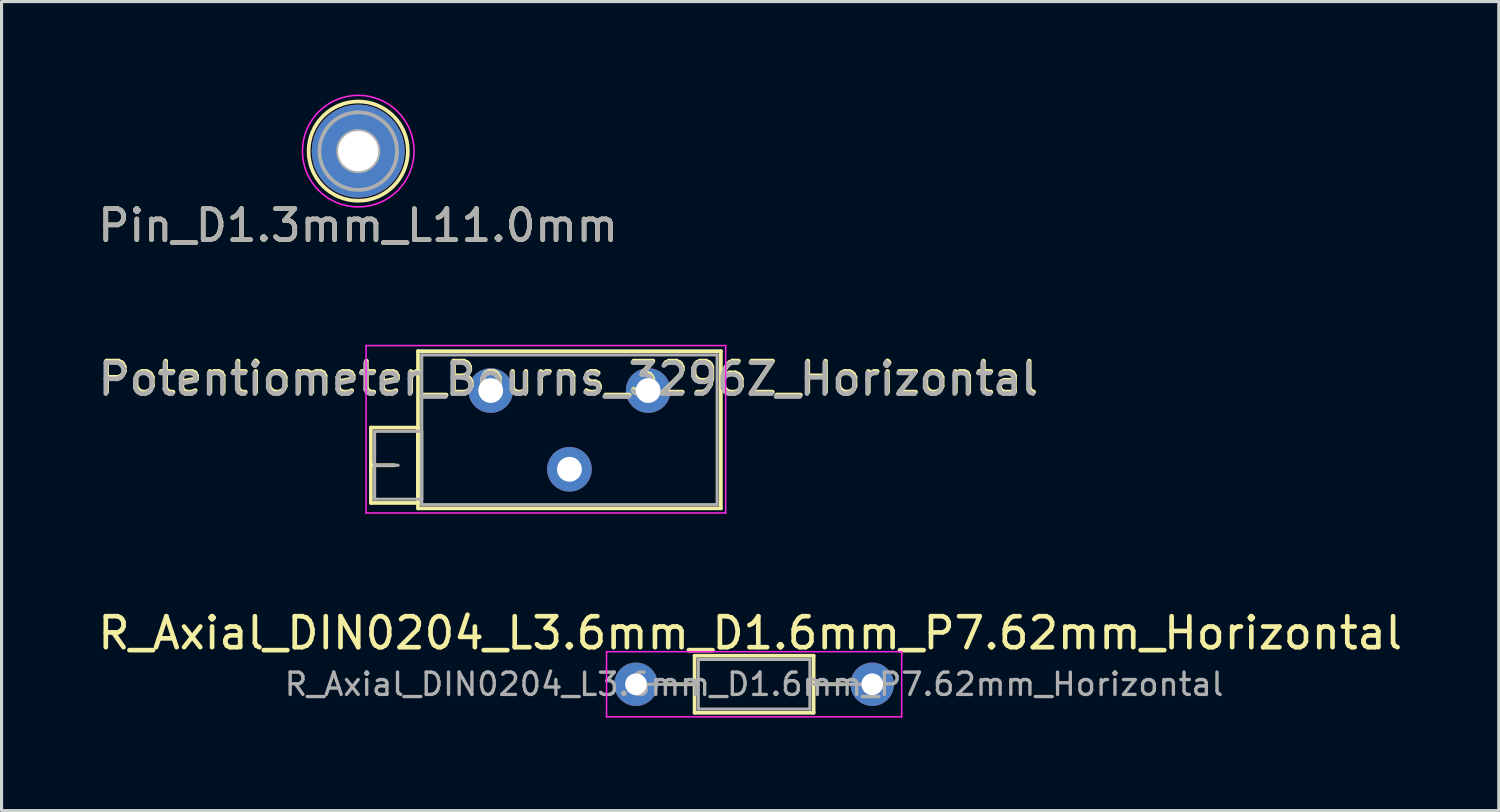
<source format=kicad_pcb>
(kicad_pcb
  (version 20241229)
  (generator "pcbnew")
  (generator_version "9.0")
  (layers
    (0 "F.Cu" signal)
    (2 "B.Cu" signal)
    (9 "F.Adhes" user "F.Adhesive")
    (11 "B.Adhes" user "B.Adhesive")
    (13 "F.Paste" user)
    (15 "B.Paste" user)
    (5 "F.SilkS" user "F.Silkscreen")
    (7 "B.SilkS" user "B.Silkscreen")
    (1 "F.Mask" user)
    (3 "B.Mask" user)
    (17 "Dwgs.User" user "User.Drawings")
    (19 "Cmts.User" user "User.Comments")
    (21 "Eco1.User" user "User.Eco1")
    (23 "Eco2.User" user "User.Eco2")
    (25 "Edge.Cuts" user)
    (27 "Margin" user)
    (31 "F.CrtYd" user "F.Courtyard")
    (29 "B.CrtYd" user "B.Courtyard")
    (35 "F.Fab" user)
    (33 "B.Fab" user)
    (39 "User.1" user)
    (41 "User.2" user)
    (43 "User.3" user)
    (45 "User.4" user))
  (footprint "Potentiometer_Bourns_3296Z_Horizontal"
    (layer "F.Cu")
    (at 17.859 9.548)
    (property "Reference" "Potentiometer_Bourns_3296Z_Horizontal" (at -2.565 -0.406 0) (layer "F.SilkS") (effects (font (size 1 1) (thickness 0.15))))
    (attr through_hole)
    (fp_line (start -8.945 1.195) (end -8.945 3.625) (stroke (width 0.12) (type solid)) (layer "F.SilkS"))
    (fp_line (start -8.945 1.195) (end -7.426 1.195) (stroke (width 0.12) (type solid)) (layer "F.SilkS"))
    (fp_line (start -8.945 2.41) (end -8.186 2.41) (stroke (width 0.12) (type solid)) (layer "F.SilkS"))
    (fp_line (start -8.945 3.625) (end -7.426 3.625) (stroke (width 0.12) (type solid)) (layer "F.SilkS"))
    (fp_line (start -7.426 1.195) (end -7.426 3.625) (stroke (width 0.12) (type solid)) (layer "F.SilkS"))
    (fp_line (start -7.425 -1.27) (end -7.425 3.8) (stroke (width 0.12) (type solid)) (layer "F.SilkS"))
    (fp_line (start -7.425 -1.27) (end 2.345 -1.27) (stroke (width 0.12) (type solid)) (layer "F.SilkS"))
    (fp_line (start -7.425 3.8) (end 2.345 3.8) (stroke (width 0.12) (type solid)) (layer "F.SilkS"))
    (fp_line (start 2.345 -1.27) (end 2.345 3.8) (stroke (width 0.12) (type solid)) (layer "F.SilkS"))
    (fp_line (start -9.1 -1.45) (end -9.1 3.95) (stroke (width 0.05) (type solid)) (layer "F.CrtYd"))
    (fp_line (start -9.1 3.95) (end 2.5 3.95) (stroke (width 0.05) (type solid)) (layer "F.CrtYd"))
    (fp_line (start 2.5 -1.45) (end -9.1 -1.45) (stroke (width 0.05) (type solid)) (layer "F.CrtYd"))
    (fp_line (start 2.5 3.95) (end 2.5 -1.45) (stroke (width 0.05) (type solid)) (layer "F.CrtYd"))
    (fp_line (start -8.825 1.315) (end -8.825 3.505) (stroke (width 0.1) (type solid)) (layer "F.Fab"))
    (fp_line (start -8.825 2.41) (end -8.065 2.41) (stroke (width 0.1) (type solid)) (layer "F.Fab"))
    (fp_line (start -8.825 3.505) (end -7.305 3.505) (stroke (width 0.1) (type solid)) (layer "F.Fab"))
    (fp_line (start -7.305 -1.15) (end -7.305 3.68) (stroke (width 0.1) (type solid)) (layer "F.Fab"))
    (fp_line (start -7.305 1.315) (end -8.825 1.315) (stroke (width 0.1) (type solid)) (layer "F.Fab"))
    (fp_line (start -7.305 3.505) (end -7.305 1.315) (stroke (width 0.1) (type solid)) (layer "F.Fab"))
    (fp_line (start -7.305 3.68) (end 2.225 3.68) (stroke (width 0.1) (type solid)) (layer "F.Fab"))
    (fp_line (start 2.225 -1.15) (end -7.305 -1.15) (stroke (width 0.1) (type solid)) (layer "F.Fab"))
    (fp_line (start 2.225 3.68) (end 2.225 -1.15) (stroke (width 0.1) (type solid)) (layer "F.Fab"))
    (fp_text user "${REFERENCE}" (at -2.591 -0.356 0) (layer "F.Fab") (effects (font (size 1 1) (thickness 0.15))))
    (pad "1" thru_hole circle (at 0 0) (size 1.44 1.44) (drill 0.8) (layers "*.Cu" "*.Mask"))
    (pad "2" thru_hole circle (at -2.54 2.54) (size 1.44 1.44) (drill 0.8) (layers "*.Cu" "*.Mask"))
    (pad "3" thru_hole circle (at -5.08 0) (size 1.44 1.44) (drill 0.8) (layers "*.Cu" "*.Mask")))
  (footprint "R_Axial_DIN0204_L3.6mm_D1.6mm_P7.62mm_Horizontal"
    (layer "F.Cu")
    (at 17.466 19.023)
    (property "Reference" "R_Axial_DIN0204_L3.6mm_D1.6mm_P7.62mm_Horizontal" (at 3.683 -1.651 0) (layer "F.SilkS") (effects (font (size 1 1) (thickness 0.15))))
    (attr through_hole)
    (fp_line (start 0.94 0) (end 1.89 0) (stroke (width 0.12) (type solid)) (layer "F.SilkS"))
    (fp_line (start 1.89 -0.92) (end 1.89 0.92) (stroke (width 0.12) (type solid)) (layer "F.SilkS"))
    (fp_line (start 1.89 0.92) (end 5.73 0.92) (stroke (width 0.12) (type solid)) (layer "F.SilkS"))
    (fp_line (start 5.73 -0.92) (end 1.89 -0.92) (stroke (width 0.12) (type solid)) (layer "F.SilkS"))
    (fp_line (start 5.73 0.92) (end 5.73 -0.92) (stroke (width 0.12) (type solid)) (layer "F.SilkS"))
    (fp_line (start 6.68 0) (end 5.73 0) (stroke (width 0.12) (type solid)) (layer "F.SilkS"))
    (fp_line (start -0.95 -1.05) (end -0.95 1.05) (stroke (width 0.05) (type solid)) (layer "F.CrtYd"))
    (fp_line (start -0.95 1.05) (end 8.57 1.05) (stroke (width 0.05) (type solid)) (layer "F.CrtYd"))
    (fp_line (start 8.57 -1.05) (end -0.95 -1.05) (stroke (width 0.05) (type solid)) (layer "F.CrtYd"))
    (fp_line (start 8.57 1.05) (end 8.57 -1.05) (stroke (width 0.05) (type solid)) (layer "F.CrtYd"))
    (fp_line (start 0 0) (end 2.01 0) (stroke (width 0.1) (type solid)) (layer "F.Fab"))
    (fp_line (start 2.01 -0.8) (end 2.01 0.8) (stroke (width 0.1) (type solid)) (layer "F.Fab"))
    (fp_line (start 2.01 0.8) (end 5.61 0.8) (stroke (width 0.1) (type solid)) (layer "F.Fab"))
    (fp_line (start 5.61 -0.8) (end 2.01 -0.8) (stroke (width 0.1) (type solid)) (layer "F.Fab"))
    (fp_line (start 5.61 0.8) (end 5.61 -0.8) (stroke (width 0.1) (type solid)) (layer "F.Fab"))
    (fp_line (start 7.62 0) (end 5.61 0) (stroke (width 0.1) (type solid)) (layer "F.Fab"))
    (fp_text user "${REFERENCE}" (at 3.81 0 0) (layer "F.Fab") (effects (font (size 0.72 0.72) (thickness 0.108))))
    (pad "1" thru_hole circle (at 0 0) (size 1.4 1.4) (drill 0.7) (layers "*.Cu" "*.Mask"))
    (pad "2" thru_hole oval (at 7.62 0) (size 1.4 1.4) (drill 0.7) (layers "*.Cu" "*.Mask")))
  (footprint "Pin_D1.3mm_L11.0mm"
    (layer "F.Cu")
    (at 8.506 1.825)
    (property "Reference" "Pin_D1.3mm_L11.0mm" (at 0 2.4 0) (layer "F.SilkS") (effects (font (size 1 1) (thickness 0.15))))
    (attr through_hole)
    (fp_circle (center 0 0) (end 1.6 0.05) (stroke (width 0.12) (type solid)) (fill no) (layer "F.SilkS"))
    (fp_circle (center 0 0) (end 1.8 0) (stroke (width 0.05) (type solid)) (fill no) (layer "F.CrtYd"))
    (fp_circle (center 0 0) (end 0.65 -0.05) (stroke (width 0.12) (type solid)) (fill no) (layer "F.Fab"))
    (fp_circle (center 0 0) (end 1.25 -0.05) (stroke (width 0.12) (type solid)) (fill no) (layer "F.Fab"))
    (fp_text user "${REFERENCE}" (at 0 2.4 0) (layer "F.Fab") (effects (font (size 1 1) (thickness 0.15))))
    (pad "1" thru_hole circle (at 0 0) (size 3 3) (drill 1.3) (layers "*.Cu" "*.Mask")))
  (gr_rect
    (start -3 -3)
    (end 45.298 23.098)
    (stroke (width 0.1) (type default))
    (fill no)
    (layer "Edge.Cuts")))
</source>
